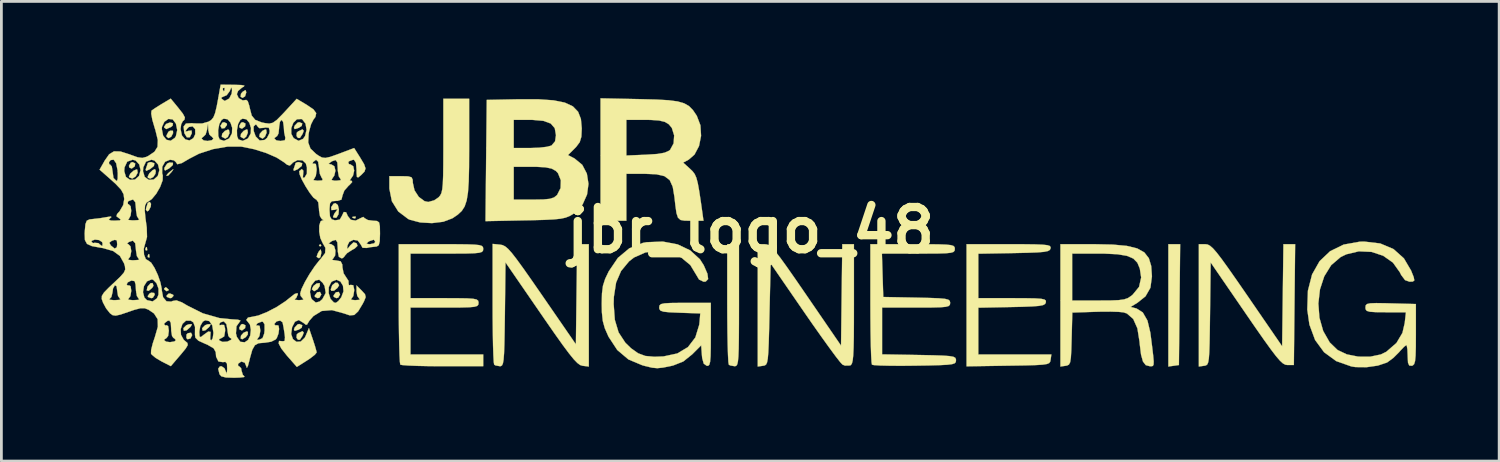
<source format=kicad_pcb>
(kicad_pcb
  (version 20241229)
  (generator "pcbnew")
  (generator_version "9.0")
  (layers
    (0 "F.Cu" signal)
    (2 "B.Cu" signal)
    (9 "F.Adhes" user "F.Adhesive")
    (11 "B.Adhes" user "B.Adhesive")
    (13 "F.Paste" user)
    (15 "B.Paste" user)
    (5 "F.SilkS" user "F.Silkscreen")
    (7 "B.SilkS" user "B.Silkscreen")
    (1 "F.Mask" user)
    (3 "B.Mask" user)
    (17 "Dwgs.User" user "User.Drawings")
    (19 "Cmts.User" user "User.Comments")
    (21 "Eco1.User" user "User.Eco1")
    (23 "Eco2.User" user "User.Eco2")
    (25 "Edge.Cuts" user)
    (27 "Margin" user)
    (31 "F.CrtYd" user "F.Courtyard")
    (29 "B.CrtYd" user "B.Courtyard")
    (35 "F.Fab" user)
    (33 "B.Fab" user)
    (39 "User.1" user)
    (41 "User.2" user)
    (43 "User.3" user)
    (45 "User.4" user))
  (footprint "jbr_logo_48"
    (layer "F.Cu")
    (at 24.039 5.254)
    (property "Reference" "jbr_logo_48" (at 0 0 0) (layer "F.SilkS") (effects (font (size 1.524 1.524) (thickness 0.3))))
    (attr through_hole)
    (fp_poly (pts (xy -15.494 0.55) (xy -15.536 0.593) (xy -15.579 0.55) (xy -15.536 0.508) (xy -15.494 0.55)) (stroke (width 0.01) (type solid)) (fill yes) (layer "F.SilkS"))
    (fp_poly (pts (xy -21.788 0.621) (xy -21.777 0.721) (xy -21.788 0.734) (xy -21.838 0.722) (xy -21.844 0.677) (xy -21.813 0.608) (xy -21.788 0.621)) (stroke (width 0.01) (type solid)) (fill yes) (layer "F.SilkS"))
    (fp_poly (pts (xy -21.703 0.875) (xy -21.693 0.975) (xy -21.703 0.988) (xy -21.753 0.976) (xy -21.759 0.931) (xy -21.728 0.862) (xy -21.703 0.875)) (stroke (width 0.01) (type solid)) (fill yes) (layer "F.SilkS"))
    (fp_poly (pts (xy -14.252 -0.48) (xy -14.264 -0.429) (xy -14.309 -0.423) (xy -14.378 -0.454) (xy -14.365 -0.48) (xy -14.265 -0.49) (xy -14.252 -0.48)) (stroke (width 0.01) (type solid)) (fill yes) (layer "F.SilkS"))
    (fp_poly (pts (xy 15.474 2.688) (xy 15.452 4.868) (xy 15.261 4.895) (xy 15.071 4.922) (xy 15.071 0.508) (xy 15.497 0.508) (xy 15.474 2.688)) (stroke (width 0.01) (type solid)) (fill yes) (layer "F.SilkS"))
    (fp_poly (pts (xy -22.21 -2.406) (xy -22.225 -2.304) (xy -22.336 -2.221) (xy -22.422 -2.258) (xy -22.437 -2.321) (xy -22.368 -2.438) (xy -22.303 -2.455) (xy -22.21 -2.406)) (stroke (width 0.01) (type solid)) (fill yes) (layer "F.SilkS"))
    (fp_poly (pts (xy -20.154 3.787) (xy -20.216 3.909) (xy -20.32 3.939) (xy -20.364 3.893) (xy -20.36 3.768) (xy -20.31 3.719) (xy -20.195 3.702) (xy -20.154 3.787)) (stroke (width 0.01) (type solid)) (fill yes) (layer "F.SilkS"))
    (fp_poly (pts (xy -18.902 -3.845) (xy -18.9 -3.794) (xy -18.984 -3.682) (xy -19.086 -3.668) (xy -19.135 -3.761) (xy -19.066 -3.877) (xy -19.001 -3.895) (xy -18.902 -3.845)) (stroke (width 0.01) (type solid)) (fill yes) (layer "F.SilkS"))
    (fp_poly (pts (xy -18.231 -3.845) (xy -18.245 -3.744) (xy -18.357 -3.66) (xy -18.443 -3.697) (xy -18.457 -3.761) (xy -18.389 -3.877) (xy -18.323 -3.895) (xy -18.231 -3.845)) (stroke (width 0.01) (type solid)) (fill yes) (layer "F.SilkS"))
    (fp_poly (pts (xy -18.231 3.436) (xy -18.245 3.538) (xy -18.357 3.621) (xy -18.443 3.584) (xy -18.457 3.521) (xy -18.389 3.404) (xy -18.323 3.387) (xy -18.231 3.436)) (stroke (width 0.01) (type solid)) (fill yes) (layer "F.SilkS"))
    (fp_poly (pts (xy -15.494 2.321) (xy -15.562 2.438) (xy -15.628 2.455) (xy -15.727 2.406) (xy -15.729 2.355) (xy -15.644 2.243) (xy -15.543 2.229) (xy -15.494 2.321)) (stroke (width 0.01) (type solid)) (fill yes) (layer "F.SilkS"))
    (fp_poly (pts (xy -14.817 2.321) (xy -14.885 2.438) (xy -14.951 2.455) (xy -15.049 2.406) (xy -15.051 2.355) (xy -14.967 2.243) (xy -14.866 2.229) (xy -14.817 2.321)) (stroke (width 0.01) (type solid)) (fill yes) (layer "F.SilkS"))
    (fp_poly (pts (xy -21.551 2.008) (xy -21.596 2.082) (xy -21.725 2.191) (xy -21.794 2.175) (xy -21.768 2.048) (xy -21.758 2.03) (xy -21.656 1.916) (xy -21.582 1.91) (xy -21.551 2.008)) (stroke (width 0.01) (type solid)) (fill yes) (layer "F.SilkS"))
    (fp_poly (pts (xy -21.523 2.268) (xy -21.505 2.331) (xy -21.573 2.441) (xy -21.632 2.455) (xy -21.745 2.414) (xy -21.759 2.38) (xy -21.692 2.287) (xy -21.632 2.255) (xy -21.523 2.268)) (stroke (width 0.01) (type solid)) (fill yes) (layer "F.SilkS"))
    (fp_poly (pts (xy -21.082 2.074) (xy -21.001 2.15) (xy -20.997 2.164) (xy -21.063 2.2) (xy -21.082 2.201) (xy -21.163 2.136) (xy -21.167 2.112) (xy -21.115 2.061) (xy -21.082 2.074)) (stroke (width 0.01) (type solid)) (fill yes) (layer "F.SilkS"))
    (fp_poly (pts (xy -20.855 -2.157) (xy -20.902 -2.095) (xy -21.025 -1.964) (xy -21.081 -1.964) (xy -21.082 -1.979) (xy -21.024 -2.05) (xy -20.934 -2.127) (xy -20.834 -2.201) (xy -20.855 -2.157)) (stroke (width 0.01) (type solid)) (fill yes) (layer "F.SilkS"))
    (fp_poly (pts (xy -20.848 -3.858) (xy -20.857 -3.773) (xy -20.915 -3.722) (xy -21.09 -3.646) (xy -21.164 -3.701) (xy -21.167 -3.728) (xy -21.098 -3.83) (xy -20.958 -3.884) (xy -20.848 -3.858)) (stroke (width 0.01) (type solid)) (fill yes) (layer "F.SilkS"))
    (fp_poly (pts (xy -20.848 -3.587) (xy -20.843 -3.499) (xy -20.91 -3.37) (xy -21.007 -3.32) (xy -21.076 -3.369) (xy -21.082 -3.413) (xy -21.013 -3.548) (xy -20.949 -3.589) (xy -20.848 -3.587)) (stroke (width 0.01) (type solid)) (fill yes) (layer "F.SilkS"))
    (fp_poly (pts (xy -20.842 2.332) (xy -20.828 2.371) (xy -20.897 2.446) (xy -20.955 2.455) (xy -21.068 2.41) (xy -21.082 2.371) (xy -21.013 2.296) (xy -20.955 2.286) (xy -20.842 2.332)) (stroke (width 0.01) (type solid)) (fill yes) (layer "F.SilkS"))
    (fp_poly (pts (xy -18.203 -4.978) (xy -18.203 -4.968) (xy -18.246 -4.828) (xy -18.338 -4.771) (xy -18.408 -4.815) (xy -18.392 -4.924) (xy -18.329 -4.996) (xy -18.23 -5.055) (xy -18.203 -4.978)) (stroke (width 0.01) (type solid)) (fill yes) (layer "F.SilkS"))
    (fp_poly (pts (xy -18.143 3.673) (xy -18.149 3.768) (xy -18.22 3.862) (xy -18.346 3.939) (xy -18.404 3.912) (xy -18.393 3.807) (xy -18.298 3.701) (xy -18.185 3.655) (xy -18.143 3.673)) (stroke (width 0.01) (type solid)) (fill yes) (layer "F.SilkS"))
    (fp_poly (pts (xy -16.182 -3.851) (xy -16.202 -3.76) (xy -16.305 -3.692) (xy -16.453 -3.646) (xy -16.482 -3.688) (xy -16.456 -3.768) (xy -16.349 -3.88) (xy -16.289 -3.895) (xy -16.182 -3.851)) (stroke (width 0.01) (type solid)) (fill yes) (layer "F.SilkS"))
    (fp_poly (pts (xy -16.182 3.43) (xy -16.202 3.522) (xy -16.305 3.589) (xy -16.453 3.635) (xy -16.482 3.593) (xy -16.456 3.514) (xy -16.349 3.401) (xy -16.289 3.387) (xy -16.182 3.43)) (stroke (width 0.01) (type solid)) (fill yes) (layer "F.SilkS"))
    (fp_poly (pts (xy -16.128 -3.585) (xy -16.171 -3.471) (xy -16.265 -3.327) (xy -16.337 -3.327) (xy -16.389 -3.396) (xy -16.381 -3.514) (xy -16.33 -3.564) (xy -16.173 -3.636) (xy -16.128 -3.585)) (stroke (width 0.01) (type solid)) (fill yes) (layer "F.SilkS"))
    (fp_poly (pts (xy -16.128 3.696) (xy -16.171 3.81) (xy -16.265 3.954) (xy -16.337 3.955) (xy -16.389 3.885) (xy -16.381 3.767) (xy -16.33 3.717) (xy -16.173 3.646) (xy -16.128 3.696)) (stroke (width 0.01) (type solid)) (fill yes) (layer "F.SilkS"))
    (fp_poly (pts (xy -14.907 1.902) (xy -14.852 1.986) (xy -14.908 2.082) (xy -15.033 2.184) (xy -15.132 2.191) (xy -15.154 2.138) (xy -15.101 1.988) (xy -14.99 1.896) (xy -14.907 1.902)) (stroke (width 0.01) (type solid)) (fill yes) (layer "F.SilkS"))
    (fp_poly (pts (xy -21.466 -2.133) (xy -21.481 -2.032) (xy -21.557 -1.915) (xy -21.668 -1.858) (xy -21.749 -1.887) (xy -21.759 -1.93) (xy -21.701 -2.049) (xy -21.579 -2.166) (xy -21.496 -2.201) (xy -21.466 -2.133)) (stroke (width 0.01) (type solid)) (fill yes) (layer "F.SilkS"))
    (fp_poly (pts (xy -20.848 -2.431) (xy -20.851 -2.351) (xy -20.98 -2.232) (xy -21.005 -2.216) (xy -21.132 -2.15) (xy -21.161 -2.196) (xy -21.152 -2.259) (xy -21.056 -2.402) (xy -20.975 -2.439) (xy -20.848 -2.431)) (stroke (width 0.01) (type solid)) (fill yes) (layer "F.SilkS"))
    (fp_poly (pts (xy -20.195 3.464) (xy -20.227 3.504) (xy -20.357 3.616) (xy -20.454 3.632) (xy -20.472 3.547) (xy -20.468 3.535) (xy -20.364 3.431) (xy -20.273 3.398) (xy -20.166 3.392) (xy -20.195 3.464)) (stroke (width 0.01) (type solid)) (fill yes) (layer "F.SilkS"))
    (fp_poly (pts (xy -19.518 3.464) (xy -19.55 3.504) (xy -19.68 3.616) (xy -19.777 3.632) (xy -19.795 3.547) (xy -19.791 3.535) (xy -19.687 3.431) (xy -19.596 3.398) (xy -19.488 3.392) (xy -19.518 3.464)) (stroke (width 0.01) (type solid)) (fill yes) (layer "F.SilkS"))
    (fp_poly (pts (xy -18.826 -3.614) (xy -18.807 -3.499) (xy -18.867 -3.362) (xy -18.958 -3.302) (xy -19.076 -3.363) (xy -19.086 -3.377) (xy -19.071 -3.477) (xy -18.974 -3.581) (xy -18.864 -3.629) (xy -18.826 -3.614)) (stroke (width 0.01) (type solid)) (fill yes) (layer "F.SilkS"))
    (fp_poly (pts (xy -15.496 0.78) (xy -15.495 0.826) (xy -15.526 0.974) (xy -15.579 1.016) (xy -15.66 0.967) (xy -15.662 0.953) (xy -15.62 0.834) (xy -15.579 0.762) (xy -15.517 0.696) (xy -15.496 0.78)) (stroke (width 0.01) (type solid)) (fill yes) (layer "F.SilkS"))
    (fp_poly (pts (xy -22.136 -2.183) (xy -22.121 -2.071) (xy -22.194 -1.937) (xy -22.306 -1.864) (xy -22.319 -1.863) (xy -22.426 -1.906) (xy -22.437 -1.937) (xy -22.383 -2.043) (xy -22.268 -2.146) (xy -22.16 -2.192) (xy -22.136 -2.183)) (stroke (width 0.01) (type solid)) (fill yes) (layer "F.SilkS"))
    (fp_poly (pts (xy -21.639 -0.949) (xy -21.65 -0.847) (xy -21.721 -0.709) (xy -21.778 -0.677) (xy -21.825 -0.74) (xy -21.811 -0.811) (xy -21.766 -0.946) (xy -21.759 -0.981) (xy -21.695 -1.016) (xy -21.683 -1.016) (xy -21.639 -0.949)) (stroke (width 0.01) (type solid)) (fill yes) (layer "F.SilkS"))
    (fp_poly (pts (xy -18.157 -3.623) (xy -18.146 -3.515) (xy -18.203 -3.376) (xy -18.288 -3.302) (xy -18.292 -3.302) (xy -18.399 -3.362) (xy -18.409 -3.377) (xy -18.393 -3.474) (xy -18.299 -3.581) (xy -18.193 -3.635) (xy -18.157 -3.623)) (stroke (width 0.01) (type solid)) (fill yes) (layer "F.SilkS"))
    (fp_poly (pts (xy -17.48 -3.623) (xy -17.469 -3.515) (xy -17.526 -3.376) (xy -17.61 -3.302) (xy -17.615 -3.302) (xy -17.721 -3.362) (xy -17.732 -3.377) (xy -17.716 -3.474) (xy -17.622 -3.581) (xy -17.516 -3.635) (xy -17.48 -3.623)) (stroke (width 0.01) (type solid)) (fill yes) (layer "F.SilkS"))
    (fp_poly (pts (xy -15.55 1.919) (xy -15.55 2.016) (xy -15.633 2.135) (xy -15.746 2.201) (xy -15.758 2.201) (xy -15.832 2.138) (xy -15.833 2.127) (xy -15.777 2.014) (xy -15.661 1.924) (xy -15.558 1.913) (xy -15.55 1.919)) (stroke (width 0.01) (type solid)) (fill yes) (layer "F.SilkS"))
    (fp_poly (pts (xy -21.518 -2.414) (xy -21.535 -2.316) (xy -21.676 -2.201) (xy -21.688 -2.194) (xy -21.816 -2.138) (xy -21.833 -2.186) (xy -21.815 -2.241) (xy -21.767 -2.38) (xy -21.759 -2.42) (xy -21.69 -2.451) (xy -21.632 -2.455) (xy -21.518 -2.414)) (stroke (width 0.01) (type solid)) (fill yes) (layer "F.SilkS"))
    (fp_poly (pts (xy -16.184 -2.414) (xy -16.201 -2.316) (xy -16.342 -2.201) (xy -16.354 -2.194) (xy -16.482 -2.138) (xy -16.499 -2.186) (xy -16.481 -2.241) (xy -16.433 -2.38) (xy -16.425 -2.42) (xy -16.356 -2.451) (xy -16.298 -2.455) (xy -16.184 -2.414)) (stroke (width 0.01) (type solid)) (fill yes) (layer "F.SilkS"))
    (fp_poly (pts (xy -14.898 -0.905) (xy -14.86 -0.746) (xy -14.874 -0.572) (xy -14.945 -0.455) (xy -14.965 -0.445) (xy -15.061 -0.456) (xy -15.071 -0.484) (xy -15.019 -0.604) (xy -14.965 -0.673) (xy -14.908 -0.752) (xy -14.989 -0.741) (xy -15.013 -0.732) (xy -15.13 -0.723) (xy -15.139 -0.826) (xy -15.055 -0.952) (xy -14.985 -0.974) (xy -14.898 -0.905)) (stroke (width 0.01) (type solid)) (fill yes) (layer "F.SilkS"))
    (fp_poly (pts (xy -0.423 2.709) (xy -0.424 3.377) (xy -0.427 3.894) (xy -0.433 4.28) (xy -0.444 4.554) (xy -0.461 4.735) (xy -0.485 4.842) (xy -0.519 4.894) (xy -0.562 4.91) (xy -0.579 4.911) (xy -0.74 4.883) (xy -0.79 4.854) (xy -0.806 4.757) (xy -0.819 4.515) (xy -0.831 4.149) (xy -0.84 3.684) (xy -0.845 3.144) (xy -0.847 2.653) (xy -0.847 0.508) (xy -0.423 0.508) (xy -0.423 2.709)) (stroke (width 0.01) (type solid)) (fill yes) (layer "F.SilkS"))
    (fp_poly (pts (xy 16.488 0.519) (xy 16.574 0.564) (xy 16.68 0.656) (xy 16.817 0.813) (xy 16.999 1.049) (xy 17.238 1.381) (xy 17.547 1.822) (xy 17.911 2.349) (xy 19.177 4.191) (xy 19.223 0.508) (xy 19.646 0.508) (xy 19.623 2.688) (xy 19.6 4.868) (xy 19.37 4.868) (xy 19.292 4.856) (xy 19.204 4.808) (xy 19.096 4.709) (xy 18.953 4.543) (xy 18.765 4.296) (xy 18.517 3.952) (xy 18.198 3.496) (xy 17.869 3.018) (xy 16.598 1.167) (xy 16.575 3.018) (xy 16.567 3.622) (xy 16.559 4.079) (xy 16.548 4.408) (xy 16.532 4.632) (xy 16.508 4.771) (xy 16.475 4.847) (xy 16.428 4.881) (xy 16.368 4.895) (xy 16.362 4.895) (xy 16.171 4.922) (xy 16.171 0.508) (xy 16.408 0.508) (xy 16.488 0.519)) (stroke (width 0.01) (type solid)) (fill yes) (layer "F.SilkS"))
    (fp_poly (pts (xy -10.16 -2.942) (xy -10.163 -2.278) (xy -10.175 -1.761) (xy -10.202 -1.366) (xy -10.249 -1.072) (xy -10.322 -0.854) (xy -10.427 -0.691) (xy -10.569 -0.559) (xy -10.754 -0.434) (xy -10.773 -0.423) (xy -11.095 -0.302) (xy -11.501 -0.253) (xy -11.925 -0.277) (xy -12.296 -0.373) (xy -12.36 -0.402) (xy -12.716 -0.671) (xy -12.948 -1.042) (xy -13.038 -1.491) (xy -13.039 -1.537) (xy -13.039 -1.947) (xy -12.615 -1.947) (xy -12.365 -1.941) (xy -12.24 -1.907) (xy -12.197 -1.82) (xy -12.192 -1.705) (xy -12.131 -1.435) (xy -11.976 -1.198) (xy -11.769 -1.045) (xy -11.636 -1.016) (xy -11.422 -1.075) (xy -11.261 -1.185) (xy -11.203 -1.253) (xy -11.16 -1.342) (xy -11.13 -1.474) (xy -11.11 -1.675) (xy -11.098 -1.969) (xy -11.093 -2.379) (xy -11.091 -2.93) (xy -11.091 -3.048) (xy -11.091 -4.741) (xy -10.16 -4.741) (xy -10.16 -2.942)) (stroke (width 0.01) (type solid)) (fill yes) (layer "F.SilkS"))
    (fp_poly (pts (xy -9.042 0.524) (xy -8.953 0.541) (xy -8.861 0.587) (xy -8.755 0.676) (xy -8.621 0.825) (xy -8.446 1.05) (xy -8.215 1.367) (xy -7.916 1.792) (xy -7.539 2.336) (xy -6.308 4.121) (xy -6.285 2.315) (xy -6.262 0.508) (xy -5.842 0.508) (xy -5.842 4.922) (xy -6.07 4.895) (xy -6.154 4.868) (xy -6.254 4.795) (xy -6.383 4.662) (xy -6.554 4.452) (xy -6.778 4.152) (xy -7.067 3.746) (xy -7.434 3.218) (xy -7.573 3.016) (xy -8.848 1.164) (xy -8.87 3.037) (xy -8.879 3.648) (xy -8.888 4.109) (xy -8.9 4.443) (xy -8.917 4.669) (xy -8.941 4.808) (xy -8.974 4.881) (xy -9.017 4.908) (xy -9.047 4.911) (xy -9.207 4.883) (xy -9.257 4.854) (xy -9.272 4.757) (xy -9.286 4.515) (xy -9.298 4.149) (xy -9.306 3.684) (xy -9.312 3.143) (xy -9.313 2.648) (xy -9.313 0.497) (xy -9.042 0.524)) (stroke (width 0.01) (type solid)) (fill yes) (layer "F.SilkS"))
    (fp_poly (pts (xy 0.584 0.517) (xy 0.669 0.556) (xy 0.77 0.64) (xy 0.9 0.784) (xy 1.072 1.005) (xy 1.298 1.318) (xy 1.592 1.738) (xy 1.967 2.282) (xy 2.005 2.338) (xy 3.26 4.168) (xy 3.282 2.338) (xy 3.305 0.508) (xy 3.725 0.508) (xy 3.725 2.67) (xy 3.724 3.336) (xy 3.721 3.853) (xy 3.713 4.239) (xy 3.7 4.514) (xy 3.681 4.697) (xy 3.654 4.808) (xy 3.618 4.865) (xy 3.587 4.884) (xy 3.401 4.888) (xy 3.312 4.852) (xy 3.228 4.761) (xy 3.063 4.55) (xy 2.833 4.238) (xy 2.55 3.845) (xy 2.23 3.392) (xy 1.947 2.984) (xy 0.72 1.202) (xy 0.677 3.035) (xy 0.663 3.636) (xy 0.65 4.09) (xy 0.635 4.416) (xy 0.616 4.637) (xy 0.59 4.775) (xy 0.555 4.849) (xy 0.508 4.882) (xy 0.445 4.895) (xy 0.445 4.895) (xy 0.254 4.922) (xy 0.254 0.508) (xy 0.502 0.508) (xy 0.584 0.517)) (stroke (width 0.01) (type solid)) (fill yes) (layer "F.SilkS"))
    (fp_poly (pts (xy 9.864 0.509) (xy 10.261 0.514) (xy 10.533 0.525) (xy 10.703 0.543) (xy 10.792 0.572) (xy 10.823 0.614) (xy 10.821 0.656) (xy 10.795 0.714) (xy 10.723 0.755) (xy 10.582 0.784) (xy 10.346 0.804) (xy 9.99 0.817) (xy 9.503 0.828) (xy 8.213 0.851) (xy 8.213 2.455) (xy 9.447 2.455) (xy 9.928 2.457) (xy 10.264 2.463) (xy 10.48 2.478) (xy 10.6 2.504) (xy 10.65 2.544) (xy 10.652 2.601) (xy 10.652 2.603) (xy 10.624 2.663) (xy 10.55 2.705) (xy 10.403 2.734) (xy 10.158 2.753) (xy 9.789 2.767) (xy 9.418 2.775) (xy 8.213 2.799) (xy 8.213 4.487) (xy 10.849 4.487) (xy 10.822 4.678) (xy 10.808 4.746) (xy 10.771 4.796) (xy 10.687 4.831) (xy 10.535 4.855) (xy 10.288 4.87) (xy 9.925 4.881) (xy 9.421 4.889) (xy 9.292 4.891) (xy 7.789 4.915) (xy 7.789 0.508) (xy 9.32 0.508) (xy 9.864 0.509)) (stroke (width 0.01) (type solid)) (fill yes) (layer "F.SilkS"))
    (fp_poly (pts (xy -10.634 0.509) (xy -10.239 0.513) (xy -9.967 0.523) (xy -9.795 0.541) (xy -9.701 0.571) (xy -9.661 0.614) (xy -9.652 0.672) (xy -9.652 0.677) (xy -9.66 0.742) (xy -9.701 0.787) (xy -9.799 0.817) (xy -9.98 0.835) (xy -10.267 0.844) (xy -10.686 0.846) (xy -10.964 0.847) (xy -12.277 0.847) (xy -12.277 2.455) (xy -11.049 2.455) (xy -10.57 2.457) (xy -10.235 2.462) (xy -10.019 2.477) (xy -9.895 2.502) (xy -9.837 2.544) (xy -9.822 2.604) (xy -9.821 2.625) (xy -9.83 2.691) (xy -9.873 2.737) (xy -9.975 2.767) (xy -10.163 2.784) (xy -10.461 2.792) (xy -10.896 2.794) (xy -11.049 2.794) (xy -12.277 2.794) (xy -12.277 4.487) (xy -9.652 4.487) (xy -9.652 4.911) (xy -11.12 4.911) (xy -11.602 4.908) (xy -12.024 4.899) (xy -12.358 4.886) (xy -12.574 4.869) (xy -12.644 4.854) (xy -12.659 4.757) (xy -12.673 4.515) (xy -12.684 4.149) (xy -12.693 3.684) (xy -12.699 3.144) (xy -12.7 2.653) (xy -12.7 0.508) (xy -11.176 0.508) (xy -10.634 0.509)) (stroke (width 0.01) (type solid)) (fill yes) (layer "F.SilkS"))
    (fp_poly (pts (xy -3.996 -4.727) (xy -3.41 -4.712) (xy -2.966 -4.687) (xy -2.638 -4.644) (xy -2.4 -4.575) (xy -2.224 -4.474) (xy -2.084 -4.331) (xy -1.954 -4.139) (xy -1.944 -4.123) (xy -1.814 -3.782) (xy -1.791 -3.402) (xy -1.865 -3.034) (xy -2.028 -2.726) (xy -2.238 -2.543) (xy -2.437 -2.437) (xy -2.19 -2.213) (xy -2.093 -2.119) (xy -2.019 -2.02) (xy -1.96 -1.886) (xy -1.909 -1.69) (xy -1.857 -1.403) (xy -1.796 -0.997) (xy -1.742 -0.614) (xy -1.704 -0.339) (xy -2.163 -0.339) (xy -2.387 -0.341) (xy -2.533 -0.367) (xy -2.624 -0.449) (xy -2.679 -0.615) (xy -2.719 -0.897) (xy -2.752 -1.196) (xy -2.813 -1.561) (xy -2.922 -1.804) (xy -3.11 -1.947) (xy -3.405 -2.015) (xy -3.813 -2.032) (xy -4.487 -2.032) (xy -4.487 -0.339) (xy -5.419 -0.339) (xy -5.419 -3.979) (xy -4.487 -3.979) (xy -4.487 -2.692) (xy -3.771 -2.722) (xy -3.373 -2.748) (xy -3.111 -2.793) (xy -2.95 -2.863) (xy -2.907 -2.899) (xy -2.782 -3.131) (xy -2.762 -3.418) (xy -2.846 -3.688) (xy -2.956 -3.821) (xy -3.102 -3.907) (xy -3.307 -3.956) (xy -3.615 -3.977) (xy -3.819 -3.979) (xy -4.487 -3.979) (xy -5.419 -3.979) (xy -5.419 -4.756) (xy -3.996 -4.727)) (stroke (width 0.01) (type solid)) (fill yes) (layer "F.SilkS"))
    (fp_poly (pts (xy 6.384 0.509) (xy 6.779 0.513) (xy 7.051 0.523) (xy 7.223 0.541) (xy 7.317 0.571) (xy 7.357 0.614) (xy 7.366 0.672) (xy 7.366 0.677) (xy 7.358 0.741) (xy 7.317 0.787) (xy 7.219 0.817) (xy 7.039 0.835) (xy 6.752 0.844) (xy 6.333 0.846) (xy 6.05 0.847) (xy 4.735 0.847) (xy 4.759 1.63) (xy 4.784 2.413) (xy 5.99 2.436) (xy 6.464 2.447) (xy 6.795 2.46) (xy 7.008 2.479) (xy 7.129 2.509) (xy 7.183 2.553) (xy 7.197 2.616) (xy 7.197 2.627) (xy 7.188 2.692) (xy 7.144 2.738) (xy 7.039 2.767) (xy 6.848 2.784) (xy 6.545 2.792) (xy 6.105 2.794) (xy 5.969 2.794) (xy 4.741 2.794) (xy 4.741 4.483) (xy 6.075 4.506) (xy 6.577 4.516) (xy 6.934 4.528) (xy 7.171 4.545) (xy 7.313 4.57) (xy 7.383 4.608) (xy 7.406 4.662) (xy 7.408 4.699) (xy 7.4 4.76) (xy 7.361 4.805) (xy 7.268 4.836) (xy 7.096 4.858) (xy 6.824 4.872) (xy 6.427 4.883) (xy 5.921 4.891) (xy 5.436 4.896) (xy 5.01 4.893) (xy 4.672 4.885) (xy 4.451 4.871) (xy 4.376 4.856) (xy 4.36 4.759) (xy 4.346 4.516) (xy 4.334 4.15) (xy 4.325 3.684) (xy 4.32 3.143) (xy 4.318 2.653) (xy 4.318 0.508) (xy 5.842 0.508) (xy 6.384 0.509)) (stroke (width 0.01) (type solid)) (fill yes) (layer "F.SilkS"))
    (fp_poly (pts (xy -7.663 -4.722) (xy -7.118 -4.684) (xy -6.709 -4.602) (xy -6.418 -4.467) (xy -6.229 -4.272) (xy -6.127 -4.011) (xy -6.096 -3.674) (xy -6.096 -3.664) (xy -6.11 -3.372) (xy -6.169 -3.175) (xy -6.297 -3.004) (xy -6.344 -2.956) (xy -6.593 -2.708) (xy -6.356 -2.585) (xy -6.078 -2.356) (xy -5.912 -2.038) (xy -5.854 -1.669) (xy -5.905 -1.287) (xy -6.063 -0.932) (xy -6.326 -0.64) (xy -6.423 -0.573) (xy -6.55 -0.501) (xy -6.687 -0.449) (xy -6.862 -0.412) (xy -7.107 -0.387) (xy -7.45 -0.37) (xy -7.92 -0.357) (xy -8.151 -0.353) (xy -9.57 -0.324) (xy -9.55 -2.286) (xy -8.551 -2.286) (xy -8.551 -1.101) (xy -7.845 -1.101) (xy -7.481 -1.107) (xy -7.246 -1.13) (xy -7.097 -1.179) (xy -6.992 -1.262) (xy -6.985 -1.27) (xy -6.861 -1.515) (xy -6.852 -1.8) (xy -6.954 -2.054) (xy -7.032 -2.137) (xy -7.181 -2.22) (xy -7.404 -2.266) (xy -7.74 -2.285) (xy -7.883 -2.286) (xy -8.551 -2.286) (xy -9.55 -2.286) (xy -9.548 -2.512) (xy -9.532 -3.979) (xy -8.551 -3.979) (xy -8.551 -2.963) (xy -7.953 -2.963) (xy -7.629 -2.975) (xy -7.355 -3.007) (xy -7.191 -3.051) (xy -7.06 -3.203) (xy -7.027 -3.427) (xy -7.071 -3.679) (xy -7.216 -3.847) (xy -7.481 -3.943) (xy -7.886 -3.979) (xy -7.978 -3.979) (xy -8.551 -3.979) (xy -9.532 -3.979) (xy -9.525 -4.699) (xy -8.358 -4.723) (xy -7.663 -4.722)) (stroke (width 0.01) (type solid)) (fill yes) (layer "F.SilkS"))
    (fp_poly (pts (xy 13.067 0.522) (xy 13.572 0.569) (xy 13.946 0.66) (xy 14.205 0.805) (xy 14.368 1.015) (xy 14.453 1.298) (xy 14.478 1.665) (xy 14.478 1.67) (xy 14.424 2.078) (xy 14.247 2.388) (xy 13.955 2.621) (xy 13.706 2.773) (xy 13.921 2.827) (xy 14.148 2.97) (xy 14.317 3.264) (xy 14.421 3.702) (xy 14.427 3.748) (xy 14.486 4.211) (xy 14.524 4.532) (xy 14.542 4.736) (xy 14.538 4.851) (xy 14.512 4.9) (xy 14.464 4.912) (xy 14.402 4.911) (xy 14.257 4.873) (xy 14.155 4.742) (xy 14.086 4.495) (xy 14.038 4.108) (xy 14.032 4.033) (xy 13.954 3.545) (xy 13.803 3.205) (xy 13.577 3.009) (xy 13.456 2.968) (xy 13.283 2.95) (xy 12.991 2.941) (xy 12.628 2.943) (xy 12.428 2.948) (xy 11.605 2.975) (xy 11.581 3.922) (xy 11.569 4.333) (xy 11.553 4.605) (xy 11.527 4.768) (xy 11.483 4.852) (xy 11.416 4.886) (xy 11.367 4.895) (xy 11.176 4.922) (xy 11.176 0.847) (xy 11.599 0.847) (xy 11.599 2.54) (xy 12.567 2.54) (xy 12.989 2.538) (xy 13.28 2.526) (xy 13.476 2.499) (xy 13.614 2.45) (xy 13.731 2.373) (xy 13.784 2.329) (xy 14.014 2.047) (xy 14.09 1.71) (xy 14.041 1.387) (xy 13.953 1.176) (xy 13.807 1.026) (xy 13.577 0.928) (xy 13.239 0.871) (xy 12.769 0.848) (xy 12.535 0.847) (xy 11.599 0.847) (xy 11.176 0.847) (xy 11.176 0.508) (xy 12.412 0.508) (xy 13.067 0.522)) (stroke (width 0.01) (type solid)) (fill yes) (layer "F.SilkS"))
    (fp_poly (pts (xy 22.716 0.481) (xy 23.196 0.684) (xy 23.571 1.019) (xy 23.83 1.459) (xy 23.924 1.695) (xy 23.947 1.814) (xy 23.892 1.856) (xy 23.77 1.86) (xy 23.612 1.804) (xy 23.472 1.618) (xy 23.424 1.521) (xy 23.176 1.173) (xy 22.822 0.924) (xy 22.399 0.785) (xy 21.943 0.765) (xy 21.491 0.873) (xy 21.288 0.972) (xy 20.946 1.265) (xy 20.697 1.666) (xy 20.542 2.138) (xy 20.484 2.647) (xy 20.522 3.159) (xy 20.658 3.639) (xy 20.893 4.051) (xy 21.178 4.326) (xy 21.512 4.484) (xy 21.924 4.565) (xy 22.353 4.567) (xy 22.737 4.487) (xy 22.937 4.389) (xy 23.302 4.071) (xy 23.518 3.707) (xy 23.6 3.354) (xy 23.644 2.963) (xy 22.913 2.963) (xy 22.56 2.96) (xy 22.344 2.946) (xy 22.231 2.913) (xy 22.188 2.854) (xy 22.183 2.791) (xy 22.192 2.715) (xy 22.24 2.667) (xy 22.356 2.641) (xy 22.571 2.633) (xy 22.913 2.638) (xy 23.093 2.643) (xy 24.003 2.667) (xy 24.003 3.767) (xy 24.001 4.22) (xy 23.992 4.531) (xy 23.973 4.727) (xy 23.939 4.836) (xy 23.889 4.884) (xy 23.855 4.895) (xy 23.763 4.885) (xy 23.719 4.785) (xy 23.707 4.556) (xy 23.707 4.536) (xy 23.697 4.306) (xy 23.674 4.168) (xy 23.659 4.149) (xy 23.579 4.207) (xy 23.44 4.353) (xy 23.395 4.406) (xy 23.191 4.609) (xy 22.978 4.766) (xy 22.955 4.779) (xy 22.63 4.888) (xy 22.225 4.946) (xy 21.824 4.942) (xy 21.675 4.919) (xy 21.128 4.726) (xy 20.69 4.406) (xy 20.366 3.964) (xy 20.161 3.408) (xy 20.084 2.868) (xy 20.107 2.185) (xy 20.257 1.6) (xy 20.527 1.122) (xy 20.909 0.76) (xy 21.396 0.522) (xy 21.981 0.417) (xy 22.136 0.413) (xy 22.716 0.481)) (stroke (width 0.01) (type solid)) (fill yes) (layer "F.SilkS"))
    (fp_poly (pts (xy -2.639 0.514) (xy -2.184 0.73) (xy -1.834 1.05) (xy -1.695 1.267) (xy -1.561 1.575) (xy -1.536 1.766) (xy -1.621 1.854) (xy -1.695 1.863) (xy -1.864 1.783) (xy -1.955 1.63) (xy -2.179 1.26) (xy -2.511 0.985) (xy -2.916 0.813) (xy -3.358 0.751) (xy -3.801 0.806) (xy -4.208 0.986) (xy -4.39 1.127) (xy -4.678 1.475) (xy -4.857 1.891) (xy -4.938 2.409) (xy -4.945 2.667) (xy -4.903 3.237) (xy -4.767 3.691) (xy -4.524 4.062) (xy -4.315 4.265) (xy -4.064 4.443) (xy -3.804 4.54) (xy -3.478 4.57) (xy -3.145 4.557) (xy -2.65 4.451) (xy -2.264 4.221) (xy -1.997 3.872) (xy -1.857 3.414) (xy -1.844 3.294) (xy -1.82 3.006) (xy -2.561 2.981) (xy -2.918 2.966) (xy -3.138 2.944) (xy -3.254 2.906) (xy -3.297 2.844) (xy -3.302 2.791) (xy -3.291 2.718) (xy -3.237 2.67) (xy -3.111 2.642) (xy -2.885 2.629) (xy -2.529 2.625) (xy -2.371 2.625) (xy -1.439 2.625) (xy -1.439 3.774) (xy -1.441 4.235) (xy -1.448 4.553) (xy -1.465 4.752) (xy -1.494 4.858) (xy -1.538 4.896) (xy -1.587 4.895) (xy -1.695 4.818) (xy -1.751 4.617) (xy -1.761 4.512) (xy -1.787 4.158) (xy -2.112 4.483) (xy -2.433 4.74) (xy -2.797 4.884) (xy -2.874 4.902) (xy -3.167 4.961) (xy -3.37 4.982) (xy -3.56 4.964) (xy -3.811 4.904) (xy -3.91 4.877) (xy -4.413 4.666) (xy -4.815 4.326) (xy -5.13 3.846) (xy -5.137 3.832) (xy -5.265 3.54) (xy -5.338 3.275) (xy -5.37 2.967) (xy -5.376 2.661) (xy -5.367 2.284) (xy -5.331 2.006) (xy -5.252 1.759) (xy -5.122 1.487) (xy -4.791 0.999) (xy -4.378 0.655) (xy -3.891 0.461) (xy -3.76 0.436) (xy -3.173 0.413) (xy -2.639 0.514)) (stroke (width 0.01) (type solid)) (fill yes) (layer "F.SilkS"))
    (fp_poly (pts (xy -18.644 -5.244) (xy -18.384 -5.236) (xy -18.272 -5.217) (xy -18.288 -5.18) (xy -18.352 -5.146) (xy -18.498 -5.022) (xy -18.542 -4.907) (xy -18.475 -4.762) (xy -18.329 -4.681) (xy -18.203 -4.699) (xy -18.148 -4.653) (xy -18.093 -4.486) (xy -18.077 -4.408) (xy -18.006 -4.135) (xy -17.878 -3.977) (xy -17.646 -3.887) (xy -17.532 -3.863) (xy -17.374 -3.844) (xy -17.244 -3.874) (xy -17.101 -3.976) (xy -16.904 -4.175) (xy -16.812 -4.273) (xy -16.383 -4.738) (xy -16.023 -4.523) (xy -15.779 -4.358) (xy -15.679 -4.222) (xy -15.707 -4.084) (xy -15.78 -3.986) (xy -15.863 -3.822) (xy -15.934 -3.571) (xy -15.952 -3.469) (xy -15.967 -3.163) (xy -15.887 -2.944) (xy -15.685 -2.751) (xy -15.591 -2.686) (xy -15.472 -2.621) (xy -15.349 -2.605) (xy -15.173 -2.643) (xy -14.896 -2.741) (xy -14.851 -2.758) (xy -14.31 -2.962) (xy -14.097 -2.625) (xy -13.952 -2.382) (xy -13.899 -2.228) (xy -13.935 -2.113) (xy -14.055 -1.99) (xy -14.161 -1.902) (xy -14.21 -1.918) (xy -14.223 -2.062) (xy -14.224 -2.188) (xy -14.245 -2.432) (xy -14.313 -2.534) (xy -14.346 -2.54) (xy -14.49 -2.488) (xy -14.52 -2.455) (xy -14.501 -2.383) (xy -14.441 -2.371) (xy -14.341 -2.303) (xy -14.309 -2.147) (xy -14.349 -1.97) (xy -14.41 -1.88) (xy -14.467 -1.796) (xy -14.399 -1.778) (xy -14.38 -1.735) (xy -14.477 -1.629) (xy -14.509 -1.603) (xy -14.664 -1.427) (xy -14.732 -1.245) (xy -14.732 -1.239) (xy -14.768 -1.1) (xy -14.908 -1.056) (xy -14.965 -1.055) (xy -15.114 -1.042) (xy -15.181 -0.965) (xy -15.197 -0.776) (xy -15.198 -0.72) (xy -15.183 -0.496) (xy -15.121 -0.39) (xy -15.001 -0.353) (xy -14.829 -0.379) (xy -14.758 -0.501) (xy -14.684 -0.655) (xy -14.599 -0.644) (xy -14.538 -0.508) (xy -14.431 -0.373) (xy -14.255 -0.344) (xy -14.081 -0.431) (xy -13.979 -0.477) (xy -13.932 -0.431) (xy -13.814 -0.364) (xy -13.626 -0.339) (xy -13.484 -0.33) (xy -13.41 -0.278) (xy -13.382 -0.14) (xy -13.377 0.126) (xy -13.377 0.127) (xy -13.386 0.4) (xy -13.421 0.542) (xy -13.494 0.591) (xy -13.525 0.594) (xy -13.732 0.617) (xy -13.853 0.643) (xy -14.006 0.638) (xy -14.079 0.508) (xy -14.097 0.485) (xy -13.867 0.485) (xy -13.783 0.506) (xy -13.737 0.507) (xy -13.589 0.476) (xy -13.547 0.423) (xy -13.6 0.345) (xy -13.754 0.395) (xy -13.801 0.423) (xy -13.867 0.485) (xy -14.097 0.485) (xy -14.18 0.375) (xy -14.338 0.35) (xy -14.485 0.424) (xy -14.548 0.55) (xy -14.564 0.668) (xy -14.527 0.651) (xy -14.449 0.55) (xy -14.33 0.439) (xy -14.228 0.472) (xy -14.22 0.48) (xy -14.187 0.566) (xy -14.287 0.661) (xy -14.384 0.715) (xy -14.56 0.827) (xy -14.646 0.924) (xy -14.647 0.934) (xy -14.716 1.007) (xy -14.774 1.016) (xy -14.863 0.96) (xy -14.899 0.775) (xy -14.901 0.677) (xy -14.916 0.441) (xy -14.973 0.352) (xy -15.096 0.387) (xy -15.155 0.423) (xy -15.233 0.489) (xy -15.153 0.506) (xy -15.134 0.507) (xy -15.032 0.577) (xy -14.984 0.737) (xy -14.996 0.914) (xy -15.074 1.036) (xy -15.092 1.045) (xy -15.099 1.076) (xy -14.969 1.094) (xy -14.965 1.094) (xy -14.796 1.125) (xy -14.737 1.241) (xy -14.732 1.344) (xy -14.689 1.56) (xy -14.601 1.697) (xy -14.512 1.833) (xy -14.512 1.914) (xy -14.498 1.988) (xy -14.431 1.976) (xy -14.342 1.988) (xy -14.31 2.135) (xy -14.309 2.185) (xy -14.34 2.38) (xy -14.415 2.484) (xy -14.418 2.513) (xy -14.287 2.526) (xy -14.266 2.527) (xy -14.122 2.515) (xy -14.11 2.487) (xy -14.118 2.484) (xy -14.197 2.376) (xy -14.224 2.218) (xy -14.224 1.994) (xy -14.036 2.183) (xy -13.919 2.311) (xy -13.893 2.416) (xy -13.953 2.567) (xy -14.007 2.669) (xy -14.166 2.933) (xy -14.305 3.061) (xy -14.467 3.076) (xy -14.675 3.006) (xy -15.112 2.886) (xy -15.481 2.918) (xy -15.778 3.101) (xy -15.779 3.102) (xy -15.925 3.268) (xy -16 3.39) (xy -16.002 3.404) (xy -16.05 3.416) (xy -16.139 3.347) (xy -16.307 3.244) (xy -16.446 3.306) (xy -16.549 3.504) (xy -16.583 3.75) (xy -16.518 3.933) (xy -16.39 4.03) (xy -16.236 4.02) (xy -16.092 3.881) (xy -16.055 3.806) (xy -15.941 3.535) (xy -15.802 3.941) (xy -15.722 4.188) (xy -15.672 4.367) (xy -15.663 4.417) (xy -15.729 4.498) (xy -15.896 4.628) (xy -16.02 4.71) (xy -16.377 4.936) (xy -16.736 4.528) (xy -16.937 4.273) (xy -17.033 4.091) (xy -17.02 3.998) (xy -16.894 4.009) (xy -16.889 4.011) (xy -16.818 3.999) (xy -16.806 3.867) (xy -16.82 3.741) (xy -16.857 3.507) (xy -16.891 3.339) (xy -16.895 3.325) (xy -16.979 3.265) (xy -17.105 3.291) (xy -17.185 3.379) (xy -17.187 3.401) (xy -17.135 3.443) (xy -17.103 3.429) (xy -17.038 3.446) (xy -17.018 3.566) (xy -17.04 3.733) (xy -17.099 3.889) (xy -17.139 3.943) (xy -17.303 4.026) (xy -17.538 4.064) (xy -17.557 4.064) (xy -17.758 4.081) (xy -17.891 4.153) (xy -17.984 4.316) (xy -18.066 4.604) (xy -18.088 4.699) (xy -18.142 4.898) (xy -18.181 4.972) (xy -18.194 4.932) (xy -18.257 4.783) (xy -18.383 4.742) (xy -18.5 4.826) (xy -18.493 4.904) (xy -18.462 4.911) (xy -18.388 4.981) (xy -18.373 5.073) (xy -18.324 5.229) (xy -18.267 5.278) (xy -18.284 5.302) (xy -18.436 5.32) (xy -18.639 5.327) (xy -18.936 5.318) (xy -19.102 5.275) (xy -19.168 5.2) (xy -19.216 5.003) (xy -19.155 4.918) (xy -19.098 4.911) (xy -18.99 4.983) (xy -18.94 5.101) (xy -18.914 5.182) (xy -18.897 5.099) (xy -18.892 5.007) (xy -18.899 4.816) (xy -18.957 4.753) (xy -19.045 4.764) (xy -19.206 4.74) (xy -19.291 4.568) (xy -19.304 4.403) (xy -19.379 4.265) (xy -19.609 4.132) (xy -19.686 4.101) (xy -19.929 3.99) (xy -20.039 3.881) (xy -20.054 3.777) (xy -20.053 3.664) (xy -19.897 3.664) (xy -19.888 3.835) (xy -19.842 3.861) (xy -19.742 3.781) (xy -19.572 3.658) (xy -19.489 3.673) (xy -19.498 3.81) (xy -19.503 3.945) (xy -19.465 3.979) (xy -19.435 3.935) (xy -19.185 3.935) (xy -19.178 3.978) (xy -19.061 4.033) (xy -18.884 4.022) (xy -18.742 3.953) (xy -18.748 3.899) (xy -18.782 3.895) (xy -18.849 3.819) (xy -18.88 3.628) (xy -18.881 3.598) (xy -18.92 3.39) (xy -19.014 3.292) (xy -19.13 3.327) (xy -19.176 3.386) (xy -19.163 3.434) (xy -19.097 3.419) (xy -19.003 3.422) (xy -18.968 3.549) (xy -18.965 3.632) (xy -18.998 3.834) (xy -19.097 3.895) (xy -19.185 3.935) (xy -19.435 3.935) (xy -19.414 3.905) (xy -19.389 3.723) (xy -19.389 3.693) (xy -19.43 3.437) (xy -19.537 3.282) (xy -19.683 3.254) (xy -19.77 3.302) (xy -19.862 3.458) (xy -19.897 3.664) (xy -20.053 3.664) (xy -20.052 3.491) (xy -20.113 3.329) (xy -20.204 3.267) (xy -20.378 3.267) (xy -20.505 3.385) (xy -20.569 3.572) (xy -20.558 3.779) (xy -20.458 3.96) (xy -20.41 4) (xy -20.326 4.071) (xy -20.314 4.148) (xy -20.386 4.27) (xy -20.554 4.476) (xy -20.585 4.512) (xy -20.924 4.908) (xy -21.261 4.736) (xy -21.476 4.608) (xy -21.617 4.489) (xy -21.64 4.455) (xy -21.635 4.322) (xy -21.577 4.088) (xy -21.5 3.857) (xy -21.393 3.485) (xy -21.395 3.401) (xy -21.167 3.401) (xy -21.114 3.443) (xy -21.082 3.429) (xy -21.022 3.462) (xy -20.997 3.627) (xy -20.997 3.636) (xy -21.021 3.816) (xy -21.08 3.895) (xy -21.082 3.895) (xy -21.164 3.951) (xy -21.167 3.969) (xy -21.094 4.024) (xy -20.955 4.043) (xy -20.796 4.017) (xy -20.743 3.969) (xy -20.808 3.897) (xy -20.828 3.895) (xy -20.881 3.82) (xy -20.911 3.632) (xy -20.913 3.559) (xy -20.926 3.343) (xy -20.977 3.263) (xy -21.04 3.271) (xy -21.152 3.357) (xy -21.167 3.401) (xy -21.395 3.401) (xy -21.401 3.212) (xy -21.531 3.008) (xy -21.729 2.872) (xy -21.866 2.819) (xy -22.022 2.819) (xy -22.247 2.878) (xy -22.453 2.949) (xy -22.738 3.046) (xy -22.913 3.085) (xy -23.025 3.069) (xy -23.119 3.001) (xy -23.26 2.824) (xy -23.372 2.615) (xy -23.418 2.484) (xy -23.135 2.484) (xy -23.134 2.511) (xy -22.998 2.526) (xy -22.945 2.527) (xy -22.779 2.517) (xy -22.74 2.492) (xy -22.754 2.484) (xy -22.83 2.377) (xy -22.86 2.189) (xy -22.883 2.024) (xy -22.943 1.989) (xy -22.945 1.99) (xy -23.011 2.107) (xy -23.029 2.242) (xy -23.069 2.413) (xy -23.135 2.484) (xy -23.418 2.484) (xy -23.418 2.483) (xy -23.413 2.374) (xy -23.337 2.252) (xy -23.168 2.079) (xy -23.043 1.961) (xy -22.521 1.961) (xy -22.469 2.003) (xy -22.437 1.99) (xy -22.376 2.022) (xy -22.352 2.186) (xy -22.352 2.189) (xy -22.384 2.382) (xy -22.458 2.484) (xy -22.456 2.511) (xy -22.32 2.526) (xy -22.267 2.527) (xy -22.102 2.517) (xy -22.062 2.492) (xy -22.077 2.484) (xy -22.15 2.378) (xy -22.173 2.238) (xy -21.93 2.238) (xy -21.879 2.434) (xy -21.786 2.527) (xy -21.579 2.572) (xy -21.426 2.462) (xy -21.37 2.327) (xy -21.369 2.113) (xy -21.443 1.913) (xy -21.564 1.79) (xy -21.618 1.778) (xy -21.786 1.849) (xy -21.895 2.023) (xy -21.93 2.238) (xy -22.173 2.238) (xy -22.183 2.18) (xy -22.183 2.166) (xy -22.197 1.961) (xy -22.231 1.843) (xy -22.233 1.84) (xy -22.349 1.82) (xy -22.477 1.883) (xy -22.521 1.961) (xy -23.043 1.961) (xy -22.997 1.918) (xy -22.757 1.69) (xy -22.622 1.538) (xy -22.57 1.421) (xy -22.581 1.302) (xy -22.614 1.197) (xy -22.763 0.93) (xy -23.005 0.754) (xy -23.373 0.648) (xy -23.46 0.634) (xy -23.772 0.577) (xy -23.949 0.497) (xy -23.991 0.421) (xy -23.791 0.421) (xy -23.73 0.469) (xy -23.673 0.457) (xy -23.534 0.47) (xy -23.495 0.508) (xy -23.416 0.57) (xy -23.393 0.562) (xy -23.39 0.463) (xy -23.394 0.455) (xy -23.144 0.455) (xy -23.089 0.555) (xy -22.952 0.665) (xy -22.874 0.619) (xy -22.86 0.508) (xy -22.862 0.493) (xy -22.508 0.493) (xy -22.458 0.507) (xy -22.381 0.582) (xy -22.352 0.755) (xy -22.385 0.946) (xy -22.458 1.045) (xy -22.456 1.072) (xy -22.32 1.087) (xy -22.267 1.087) (xy -22.102 1.077) (xy -22.062 1.052) (xy -22.077 1.045) (xy -22.149 0.939) (xy -22.182 0.739) (xy -22.183 0.718) (xy -22.188 0.669) (xy -21.902 0.669) (xy -21.892 0.883) (xy -21.827 1.047) (xy -21.735 1.101) (xy -21.634 1.174) (xy -21.513 1.363) (xy -21.394 1.617) (xy -21.3 1.887) (xy -21.252 2.125) (xy -21.251 2.17) (xy -21.204 2.422) (xy -21.081 2.568) (xy -20.909 2.579) (xy -20.861 2.557) (xy -20.725 2.534) (xy -20.529 2.605) (xy -20.328 2.723) (xy -19.768 3.003) (xy -19.168 3.174) (xy -18.717 3.219) (xy -18.51 3.231) (xy -18.413 3.261) (xy -18.421 3.282) (xy -18.555 3.467) (xy -18.575 3.725) (xy -18.542 3.853) (xy -18.419 4.03) (xy -18.258 4.047) (xy -18.136 3.962) (xy -18.06 3.806) (xy -18.037 3.595) (xy -18.061 3.458) (xy -17.84 3.458) (xy -17.793 3.437) (xy -17.719 3.455) (xy -17.695 3.629) (xy -17.727 3.823) (xy -17.801 3.928) (xy -17.821 3.958) (xy -17.738 3.956) (xy -17.616 3.898) (xy -17.555 3.733) (xy -17.542 3.619) (xy -17.543 3.399) (xy -17.601 3.309) (xy -17.643 3.302) (xy -17.795 3.36) (xy -17.83 3.4) (xy -17.84 3.458) (xy -18.061 3.458) (xy -18.069 3.411) (xy -18.119 3.344) (xy -18.203 3.239) (xy -18.14 3.155) (xy -18.013 3.132) (xy -17.769 3.082) (xy -17.447 2.953) (xy -17.1 2.771) (xy -16.782 2.562) (xy -16.653 2.458) (xy -16.454 2.302) (xy -16.355 2.273) (xy -16.341 2.313) (xy -16.401 2.453) (xy -16.447 2.484) (xy -16.45 2.513) (xy -16.319 2.526) (xy -16.298 2.527) (xy -16.154 2.515) (xy -16.142 2.487) (xy -16.15 2.484) (xy -16.241 2.373) (xy -16.256 2.289) (xy -16.239 2.231) (xy -15.905 2.231) (xy -15.861 2.453) (xy -15.828 2.503) (xy -15.693 2.613) (xy -15.555 2.576) (xy -15.458 2.492) (xy -15.34 2.276) (xy -15.229 2.276) (xy -15.163 2.481) (xy -15.041 2.609) (xy -14.971 2.625) (xy -14.882 2.561) (xy -14.774 2.424) (xy -14.694 2.209) (xy -14.713 2.007) (xy -14.805 1.855) (xy -14.945 1.791) (xy -15.108 1.852) (xy -15.138 1.88) (xy -15.225 2.056) (xy -15.229 2.276) (xy -15.34 2.276) (xy -15.336 2.268) (xy -15.376 2.016) (xy -15.447 1.9) (xy -15.569 1.789) (xy -15.705 1.819) (xy -15.722 1.829) (xy -15.854 1.995) (xy -15.905 2.231) (xy -16.239 2.231) (xy -16.209 2.125) (xy -16.088 1.875) (xy -15.92 1.585) (xy -15.733 1.305) (xy -15.557 1.081) (xy -15.515 1.036) (xy -15.357 0.829) (xy -15.347 0.641) (xy -15.449 0.461) (xy -15.53 0.284) (xy -15.57 0.057) (xy -15.569 -0.161) (xy -15.524 -0.311) (xy -15.473 -0.345) (xy -15.41 -0.362) (xy -15.473 -0.395) (xy -15.542 -0.501) (xy -15.577 -0.711) (xy -15.579 -0.769) (xy -15.604 -1.004) (xy -15.674 -1.102) (xy -15.684 -1.104) (xy -15.779 -1.174) (xy -15.914 -1.348) (xy -16.062 -1.579) (xy -16.193 -1.817) (xy -16.279 -2.016) (xy -16.292 -2.127) (xy -16.199 -2.204) (xy -16.142 -2.144) (xy -16.15 -2.019) (xy -16.161 -1.892) (xy -16.1 -1.897) (xy -16.015 -2.038) (xy -16.014 -2.264) (xy -16.047 -2.384) (xy -15.808 -2.384) (xy -15.761 -2.405) (xy -15.691 -2.386) (xy -15.664 -2.211) (xy -15.663 -2.171) (xy -15.691 -1.962) (xy -15.758 -1.84) (xy -15.769 -1.834) (xy -15.774 -1.803) (xy -15.642 -1.785) (xy -15.625 -1.785) (xy -15.463 -1.794) (xy -15.447 -1.844) (xy -15.477 -1.88) (xy -15.548 -2.031) (xy -15.579 -2.254) (xy -15.579 -2.261) (xy -15.597 -2.39) (xy -15.233 -2.39) (xy -15.153 -2.372) (xy -15.134 -2.372) (xy -15.023 -2.304) (xy -14.985 -2.147) (xy -15.026 -1.967) (xy -15.088 -1.88) (xy -15.125 -1.809) (xy -15.024 -1.784) (xy -14.939 -1.785) (xy -14.798 -1.801) (xy -14.789 -1.831) (xy -14.796 -1.834) (xy -14.864 -1.94) (xy -14.9 -2.151) (xy -14.901 -2.208) (xy -14.916 -2.441) (xy -14.975 -2.528) (xy -15.101 -2.489) (xy -15.155 -2.455) (xy -15.233 -2.39) (xy -15.597 -2.39) (xy -15.608 -2.468) (xy -15.684 -2.54) (xy -15.787 -2.46) (xy -15.798 -2.442) (xy -15.808 -2.384) (xy -16.047 -2.384) (xy -16.053 -2.406) (xy -16.171 -2.517) (xy -16.351 -2.528) (xy -16.519 -2.439) (xy -16.545 -2.408) (xy -16.629 -2.329) (xy -16.727 -2.358) (xy -16.84 -2.448) (xy -17.109 -2.62) (xy -17.489 -2.785) (xy -17.922 -2.921) (xy -18.349 -3.008) (xy -18.399 -3.015) (xy -18.875 -3.014) (xy -19.402 -2.923) (xy -19.904 -2.76) (xy -20.255 -2.579) (xy -20.528 -2.419) (xy -20.689 -2.377) (xy -20.743 -2.45) (xy -20.743 -2.455) (xy -20.816 -2.519) (xy -20.953 -2.54) (xy -21.131 -2.468) (xy -21.234 -2.287) (xy -21.238 -2.051) (xy -21.215 -1.974) (xy -21.22 -1.8) (xy -21.309 -1.56) (xy -21.45 -1.314) (xy -21.61 -1.121) (xy -21.709 -1.051) (xy -21.803 -0.991) (xy -21.855 -0.888) (xy -21.866 -0.712) (xy -21.84 -0.429) (xy -21.794 -0.097) (xy -21.784 0.248) (xy -21.845 0.468) (xy -21.902 0.669) (xy -22.188 0.669) (xy -22.21 0.472) (xy -22.297 0.38) (xy -22.441 0.428) (xy -22.508 0.493) (xy -22.862 0.493) (xy -22.874 0.368) (xy -22.952 0.351) (xy -23.061 0.389) (xy -23.144 0.455) (xy -23.394 0.455) (xy -23.407 0.429) (xy -23.516 0.358) (xy -23.666 0.342) (xy -23.776 0.383) (xy -23.791 0.421) (xy -23.991 0.421) (xy -24.025 0.357) (xy -24.034 0.122) (xy -24.029 0.034) (xy -24.006 -0.214) (xy -23.958 -0.34) (xy -23.856 -0.388) (xy -23.749 -0.399) (xy -23.464 -0.432) (xy -23.241 -0.47) (xy -23.083 -0.493) (xy -23.074 -0.463) (xy -23.114 -0.431) (xy -23.165 -0.372) (xy -23.08 -0.346) (xy -22.945 -0.343) (xy -22.763 -0.352) (xy -22.733 -0.384) (xy -22.794 -0.429) (xy -22.887 -0.501) (xy -22.863 -0.583) (xy -22.773 -0.68) (xy -22.643 -0.904) (xy -22.624 -1.016) (xy -22.479 -1.016) (xy -22.472 -0.938) (xy -22.442 -0.931) (xy -22.375 -0.862) (xy -22.354 -0.703) (xy -22.375 -0.527) (xy -22.438 -0.407) (xy -22.458 -0.395) (xy -22.456 -0.367) (xy -22.32 -0.353) (xy -22.267 -0.352) (xy -22.102 -0.362) (xy -22.062 -0.387) (xy -22.077 -0.395) (xy -22.146 -0.501) (xy -22.181 -0.711) (xy -22.183 -0.769) (xy -22.206 -1.006) (xy -22.282 -1.098) (xy -22.305 -1.101) (xy -22.449 -1.049) (xy -22.479 -1.016) (xy -22.624 -1.016) (xy -22.606 -1.122) (xy -22.63 -1.296) (xy -22.721 -1.461) (xy -22.908 -1.66) (xy -23.05 -1.79) (xy -23.495 -2.182) (xy -23.34 -2.455) (xy -23.156 -2.455) (xy -23.15 -2.377) (xy -23.119 -2.371) (xy -23.055 -2.297) (xy -23.029 -2.131) (xy -22.994 -1.882) (xy -22.89 -1.78) (xy -22.866 -1.778) (xy -22.843 -1.853) (xy -22.84 -2.044) (xy -22.845 -2.127) (xy -22.606 -2.127) (xy -22.544 -1.92) (xy -22.396 -1.814) (xy -22.217 -1.826) (xy -22.073 -1.955) (xy -22.026 -2.127) (xy -21.929 -2.127) (xy -21.867 -1.92) (xy -21.719 -1.814) (xy -21.54 -1.826) (xy -21.396 -1.955) (xy -21.338 -2.163) (xy -21.386 -2.369) (xy -21.515 -2.511) (xy -21.625 -2.54) (xy -21.821 -2.471) (xy -21.918 -2.266) (xy -21.929 -2.127) (xy -22.026 -2.127) (xy -22.016 -2.163) (xy -22.064 -2.369) (xy -22.193 -2.511) (xy -22.302 -2.54) (xy -22.498 -2.471) (xy -22.595 -2.266) (xy -22.606 -2.127) (xy -22.845 -2.127) (xy -22.847 -2.159) (xy -22.897 -2.412) (xy -22.986 -2.541) (xy -23.095 -2.529) (xy -23.156 -2.455) (xy -23.34 -2.455) (xy -23.31 -2.509) (xy -23.151 -2.736) (xy -22.976 -2.843) (xy -22.743 -2.838) (xy -22.412 -2.733) (xy -22.385 -2.722) (xy -22.125 -2.629) (xy -21.955 -2.605) (xy -21.808 -2.643) (xy -21.738 -2.677) (xy -21.516 -2.827) (xy -21.404 -3.007) (xy -21.395 -3.254) (xy -21.48 -3.603) (xy -21.496 -3.655) (xy -21.251 -3.655) (xy -21.203 -3.409) (xy -21.084 -3.26) (xy -20.93 -3.226) (xy -20.781 -3.328) (xy -20.742 -3.39) (xy -20.694 -3.61) (xy -20.741 -3.842) (xy -20.856 -3.995) (xy -21.013 -4.013) (xy -21.159 -3.909) (xy -21.245 -3.725) (xy -21.251 -3.655) (xy -21.496 -3.655) (xy -21.509 -3.695) (xy -21.592 -3.98) (xy -21.632 -4.201) (xy -21.622 -4.311) (xy -21.621 -4.312) (xy -21.506 -4.393) (xy -21.31 -4.517) (xy -21.238 -4.561) (xy -20.928 -4.745) (xy -20.667 -4.428) (xy -20.49 -4.202) (xy -20.417 -4.065) (xy -20.435 -3.981) (xy -20.489 -3.937) (xy -20.551 -3.822) (xy -20.574 -3.646) (xy -20.524 -3.415) (xy -20.402 -3.273) (xy -20.25 -3.236) (xy -20.138 -3.302) (xy -19.812 -3.302) (xy -19.74 -3.238) (xy -19.6 -3.217) (xy -19.441 -3.246) (xy -19.389 -3.302) (xy -19.453 -3.384) (xy -19.473 -3.387) (xy -19.539 -3.46) (xy -19.569 -3.609) (xy -19.217 -3.609) (xy -19.211 -3.392) (xy -19.163 -3.274) (xy -19.006 -3.221) (xy -18.829 -3.304) (xy -18.813 -3.319) (xy -18.719 -3.491) (xy -18.714 -3.609) (xy -18.539 -3.609) (xy -18.534 -3.392) (xy -18.486 -3.274) (xy -18.329 -3.221) (xy -18.151 -3.304) (xy -18.136 -3.319) (xy -18.041 -3.491) (xy -18.033 -3.691) (xy -18.05 -3.743) (xy -17.938 -3.743) (xy -17.935 -3.58) (xy -17.862 -3.381) (xy -17.717 -3.235) (xy -17.544 -3.253) (xy -17.48 -3.302) (xy -17.187 -3.302) (xy -17.115 -3.239) (xy -16.967 -3.217) (xy -16.81 -3.243) (xy -16.791 -3.332) (xy -16.797 -3.351) (xy -16.836 -3.534) (xy -16.845 -3.681) (xy -16.579 -3.681) (xy -16.577 -3.474) (xy -16.493 -3.319) (xy -16.315 -3.223) (xy -16.154 -3.293) (xy -16.082 -3.395) (xy -16.027 -3.619) (xy -16.064 -3.843) (xy -16.181 -3.994) (xy -16.21 -4.009) (xy -16.375 -4) (xy -16.505 -3.873) (xy -16.579 -3.681) (xy -16.845 -3.681) (xy -16.849 -3.732) (xy -16.874 -3.908) (xy -16.933 -3.979) (xy -16.989 -3.905) (xy -17.017 -3.722) (xy -17.018 -3.683) (xy -17.039 -3.487) (xy -17.092 -3.389) (xy -17.103 -3.387) (xy -17.185 -3.322) (xy -17.187 -3.302) (xy -17.48 -3.302) (xy -17.458 -3.319) (xy -17.371 -3.487) (xy -17.357 -3.582) (xy -17.389 -3.695) (xy -17.515 -3.703) (xy -17.568 -3.691) (xy -17.729 -3.679) (xy -17.78 -3.724) (xy -17.843 -3.807) (xy -17.865 -3.81) (xy -17.938 -3.743) (xy -18.05 -3.743) (xy -18.092 -3.875) (xy -18.2 -4) (xy -18.338 -4.022) (xy -18.415 -3.979) (xy -18.497 -3.832) (xy -18.539 -3.609) (xy -18.714 -3.609) (xy -18.71 -3.691) (xy -18.77 -3.875) (xy -18.877 -4) (xy -19.016 -4.022) (xy -19.092 -3.979) (xy -19.174 -3.832) (xy -19.217 -3.609) (xy -19.569 -3.609) (xy -19.571 -3.619) (xy -19.583 -3.852) (xy -19.619 -3.619) (xy -19.669 -3.451) (xy -19.733 -3.387) (xy -19.81 -3.322) (xy -19.812 -3.302) (xy -20.138 -3.302) (xy -20.112 -3.318) (xy -20.044 -3.461) (xy -20.047 -3.645) (xy -20.138 -3.744) (xy -20.271 -3.723) (xy -20.33 -3.668) (xy -20.401 -3.566) (xy -20.347 -3.563) (xy -20.293 -3.582) (xy -20.176 -3.595) (xy -20.166 -3.499) (xy -20.24 -3.35) (xy -20.346 -3.349) (xy -20.434 -3.493) (xy -20.439 -3.514) (xy -20.464 -3.737) (xy -20.38 -3.846) (xy -20.167 -3.86) (xy -20.082 -3.85) (xy -19.791 -3.849) (xy -19.562 -3.914) (xy -19.462 -3.978) (xy -19.388 -4.069) (xy -19.328 -4.22) (xy -19.269 -4.465) (xy -19.209 -4.786) (xy -19.1 -4.786) (xy -19.092 -4.741) (xy -18.98 -4.661) (xy -18.83 -4.742) (xy -18.813 -4.758) (xy -18.73 -4.924) (xy -18.717 -5.033) (xy -18.726 -5.148) (xy -18.759 -5.113) (xy -18.799 -5.016) (xy -18.908 -4.869) (xy -19.01 -4.826) (xy -19.1 -4.786) (xy -19.209 -4.786) (xy -19.2 -4.837) (xy -19.183 -4.932) (xy -19.157 -5.08) (xy -19.05 -5.08) (xy -19.019 -5.01) (xy -18.994 -5.024) (xy -18.983 -5.124) (xy -18.994 -5.136) (xy -19.044 -5.125) (xy -19.05 -5.08) (xy -19.157 -5.08) (xy -19.127 -5.249) (xy -18.644 -5.244)) (stroke (width 0.01) (type solid)) (fill yes) (layer "F.SilkS")))
  (gr_rect
    (start -3 -3)
    (end 51.047 13.587)
    (stroke (width 0.1) (type default))
    (fill no)
    (layer "Edge.Cuts")))
</source>
